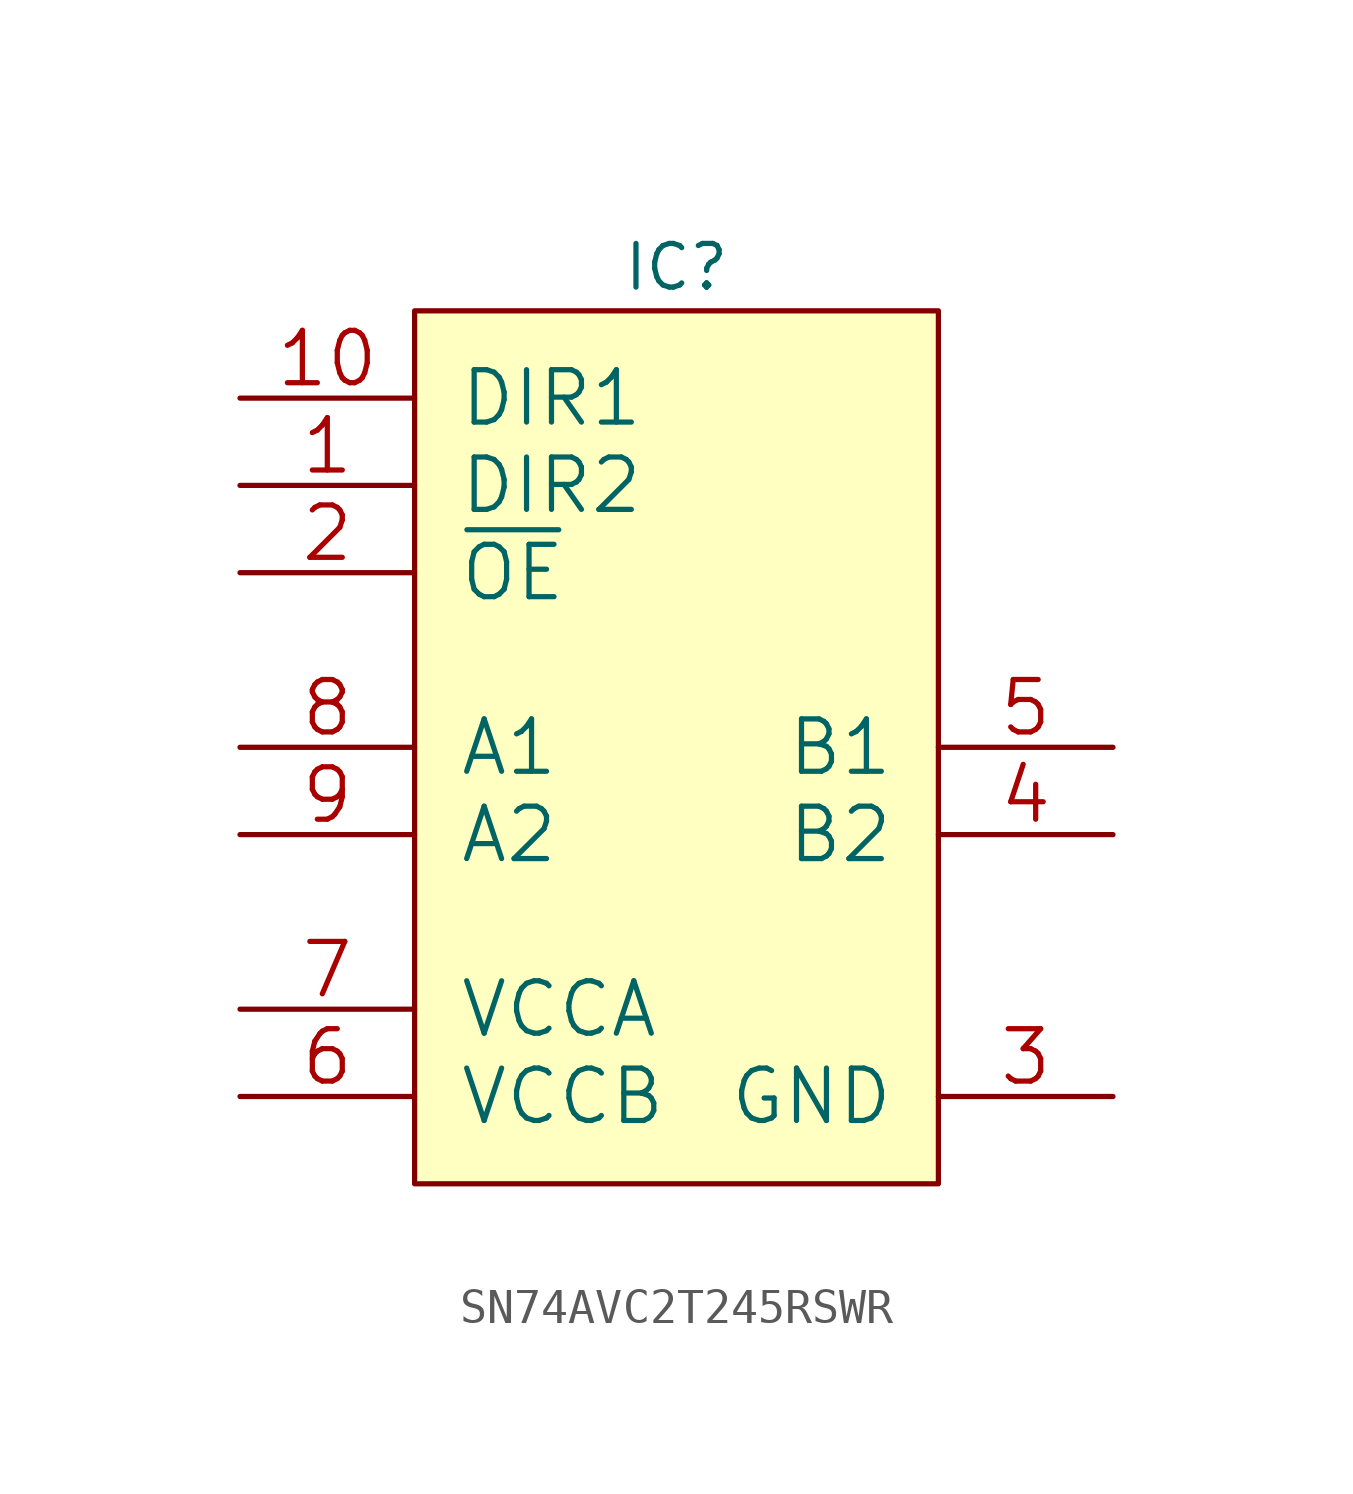
<source format=kicad_sym>
(kicad_symbol_lib
  (version 20211014)
  (generator kicad_symbol_editor)
  (symbol "SN74AVC2T245RSWR"
    (pin_names
      (offset 1.27))
    (property "Reference" "IC"
      (at 7.62 1.27 0)
      (effects (font (size 1.27 1.27))))
    (property "ki_locked" ""
      (at 0 0 0)
      (effects (font (size 1.27 1.27))))
    (symbol "SN74AVC2T245RSWR_0_1"
      (rectangle (start 0 -25.4) (end 15.24 0) (stroke (width 0) (type default) (color 0 0 0 0)) (fill (type background)))
      (pin input line (at -5.08 -5.08 0) (length 5.08) (name "DIR2" (effects (font (size 1.524 1.524)))) (number "1" (effects (font (size 1.524 1.524)))))
      (pin input line (at -5.08 -2.54 0) (length 5.08) (name "DIR1" (effects (font (size 1.524 1.524)))) (number "10" (effects (font (size 1.524 1.524)))))
      (pin input line (at -5.08 -7.62 0) (length 5.08) (name "~{OE}" (effects (font (size 1.524 1.524)))) (number "2" (effects (font (size 1.524 1.524)))))
      (pin power_in line (at 20.32 -22.86 180) (length 5.08) (name "GND" (effects (font (size 1.524 1.524)))) (number "3" (effects (font (size 1.524 1.524)))))
      (pin bidirectional line (at 20.32 -15.24 180) (length 5.08) (name "B2" (effects (font (size 1.524 1.524)))) (number "4" (effects (font (size 1.524 1.524)))))
      (pin bidirectional line (at 20.32 -12.7 180) (length 5.08) (name "B1" (effects (font (size 1.524 1.524)))) (number "5" (effects (font (size 1.524 1.524)))))
      (pin power_in line (at -5.08 -22.86 0) (length 5.08) (name "VCCB" (effects (font (size 1.524 1.524)))) (number "6" (effects (font (size 1.524 1.524)))))
      (pin power_in line (at -5.08 -20.32 0) (length 5.08) (name "VCCA" (effects (font (size 1.524 1.524)))) (number "7" (effects (font (size 1.524 1.524)))))
      (pin bidirectional line (at -5.08 -12.7 0) (length 5.08) (name "A1" (effects (font (size 1.524 1.524)))) (number "8" (effects (font (size 1.524 1.524)))))
      (pin bidirectional line (at -5.08 -15.24 0) (length 5.08) (name "A2" (effects (font (size 1.524 1.524)))) (number "9" (effects (font (size 1.524 1.524))))))))
</source>
